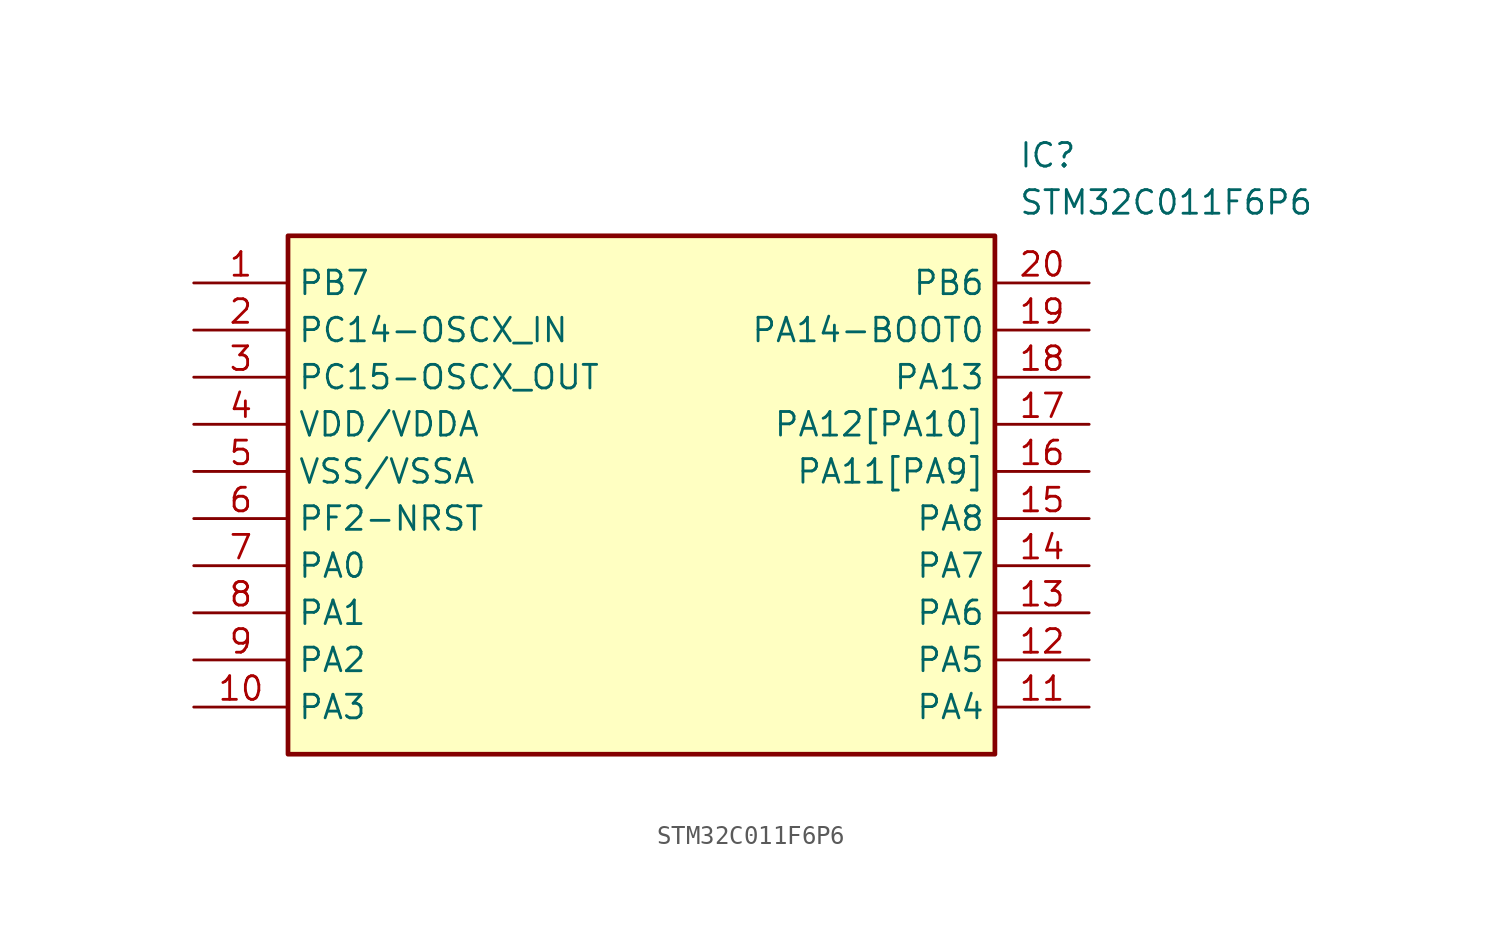
<source format=kicad_sym>
(kicad_symbol_lib
  (version 20211014)
  (generator SamacSys_ECAD_Model)
  (symbol "STM32C011F6P6"
    (property "Reference" "IC"
      (at 44.45 7.62 0)
      (effects (font (size 1.27 1.27)) (justify left top)))
    (property "Value" "STM32C011F6P6"
      (at 44.45 5.08 0)
      (effects (font (size 1.27 1.27)) (justify left top)))
    (rectangle
      (start 5.08 2.54)
      (end 43.18 -25.4)
      (stroke (width 0.254) (type default))
      (fill (type background)))
    (pin passive line
      (at 0 0 0)
      (length 5.08)
      (name "PB7" (effects (font (size 1.27 1.27))))
      (number "1" (effects (font (size 1.27 1.27)))))
    (pin passive line
      (at 0 -2.54 0)
      (length 5.08)
      (name "PC14-OSCX_IN" (effects (font (size 1.27 1.27))))
      (number "2" (effects (font (size 1.27 1.27)))))
    (pin passive line
      (at 0 -5.08 0)
      (length 5.08)
      (name "PC15-OSCX_OUT" (effects (font (size 1.27 1.27))))
      (number "3" (effects (font (size 1.27 1.27)))))
    (pin passive line
      (at 0 -7.62 0)
      (length 5.08)
      (name "VDD/VDDA" (effects (font (size 1.27 1.27))))
      (number "4" (effects (font (size 1.27 1.27)))))
    (pin passive line
      (at 0 -10.16 0)
      (length 5.08)
      (name "VSS/VSSA" (effects (font (size 1.27 1.27))))
      (number "5" (effects (font (size 1.27 1.27)))))
    (pin passive line
      (at 0 -12.7 0)
      (length 5.08)
      (name "PF2-NRST" (effects (font (size 1.27 1.27))))
      (number "6" (effects (font (size 1.27 1.27)))))
    (pin passive line
      (at 0 -15.24 0)
      (length 5.08)
      (name "PA0" (effects (font (size 1.27 1.27))))
      (number "7" (effects (font (size 1.27 1.27)))))
    (pin passive line
      (at 0 -17.78 0)
      (length 5.08)
      (name "PA1" (effects (font (size 1.27 1.27))))
      (number "8" (effects (font (size 1.27 1.27)))))
    (pin passive line
      (at 0 -20.32 0)
      (length 5.08)
      (name "PA2" (effects (font (size 1.27 1.27))))
      (number "9" (effects (font (size 1.27 1.27)))))
    (pin passive line
      (at 0 -22.86 0)
      (length 5.08)
      (name "PA3" (effects (font (size 1.27 1.27))))
      (number "10" (effects (font (size 1.27 1.27)))))
    (pin passive line
      (at 48.26 0 180)
      (length 5.08)
      (name "PB6" (effects (font (size 1.27 1.27))))
      (number "20" (effects (font (size 1.27 1.27)))))
    (pin passive line
      (at 48.26 -2.54 180)
      (length 5.08)
      (name "PA14-BOOT0" (effects (font (size 1.27 1.27))))
      (number "19" (effects (font (size 1.27 1.27)))))
    (pin passive line
      (at 48.26 -5.08 180)
      (length 5.08)
      (name "PA13" (effects (font (size 1.27 1.27))))
      (number "18" (effects (font (size 1.27 1.27)))))
    (pin passive line
      (at 48.26 -7.62 180)
      (length 5.08)
      (name "PA12[PA10]" (effects (font (size 1.27 1.27))))
      (number "17" (effects (font (size 1.27 1.27)))))
    (pin passive line
      (at 48.26 -10.16 180)
      (length 5.08)
      (name "PA11[PA9]" (effects (font (size 1.27 1.27))))
      (number "16" (effects (font (size 1.27 1.27)))))
    (pin passive line
      (at 48.26 -12.7 180)
      (length 5.08)
      (name "PA8" (effects (font (size 1.27 1.27))))
      (number "15" (effects (font (size 1.27 1.27)))))
    (pin passive line
      (at 48.26 -15.24 180)
      (length 5.08)
      (name "PA7" (effects (font (size 1.27 1.27))))
      (number "14" (effects (font (size 1.27 1.27)))))
    (pin passive line
      (at 48.26 -17.78 180)
      (length 5.08)
      (name "PA6" (effects (font (size 1.27 1.27))))
      (number "13" (effects (font (size 1.27 1.27)))))
    (pin passive line
      (at 48.26 -20.32 180)
      (length 5.08)
      (name "PA5" (effects (font (size 1.27 1.27))))
      (number "12" (effects (font (size 1.27 1.27)))))
    (pin passive line
      (at 48.26 -22.86 180)
      (length 5.08)
      (name "PA4" (effects (font (size 1.27 1.27))))
      (number "11" (effects (font (size 1.27 1.27)))))))
</source>
